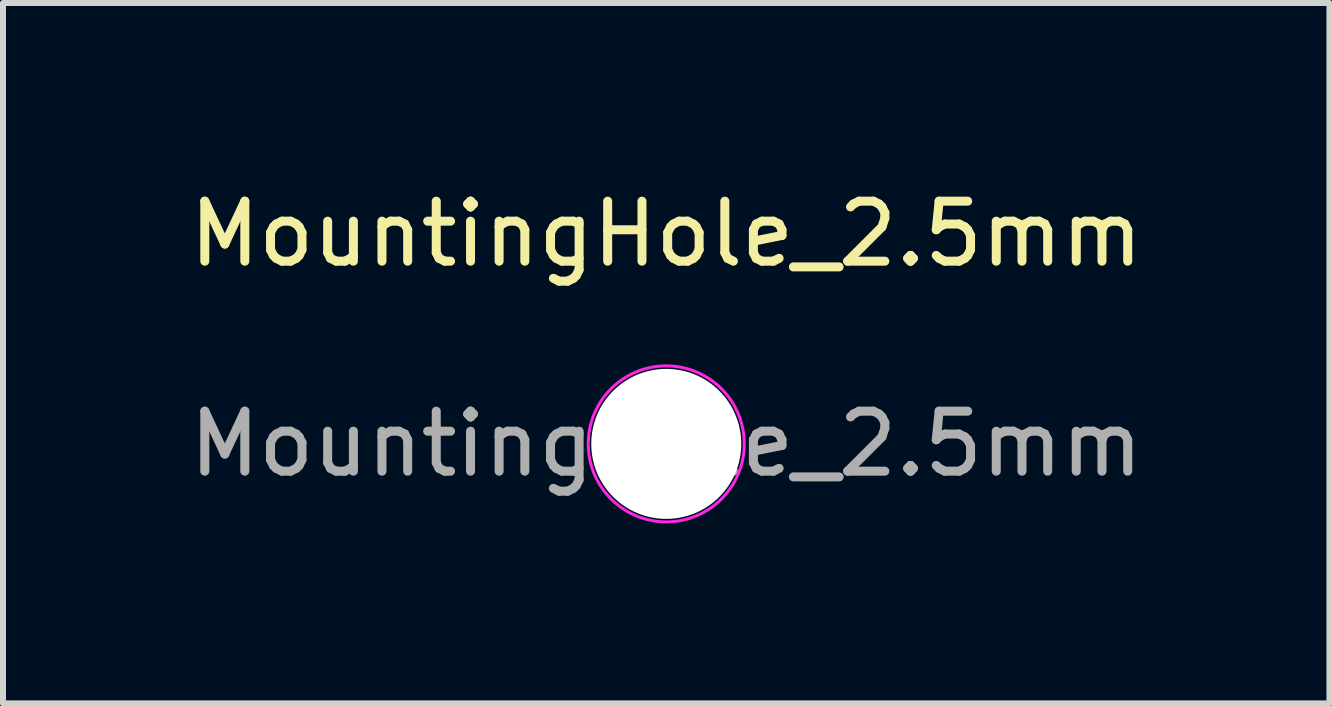
<source format=kicad_pcb>
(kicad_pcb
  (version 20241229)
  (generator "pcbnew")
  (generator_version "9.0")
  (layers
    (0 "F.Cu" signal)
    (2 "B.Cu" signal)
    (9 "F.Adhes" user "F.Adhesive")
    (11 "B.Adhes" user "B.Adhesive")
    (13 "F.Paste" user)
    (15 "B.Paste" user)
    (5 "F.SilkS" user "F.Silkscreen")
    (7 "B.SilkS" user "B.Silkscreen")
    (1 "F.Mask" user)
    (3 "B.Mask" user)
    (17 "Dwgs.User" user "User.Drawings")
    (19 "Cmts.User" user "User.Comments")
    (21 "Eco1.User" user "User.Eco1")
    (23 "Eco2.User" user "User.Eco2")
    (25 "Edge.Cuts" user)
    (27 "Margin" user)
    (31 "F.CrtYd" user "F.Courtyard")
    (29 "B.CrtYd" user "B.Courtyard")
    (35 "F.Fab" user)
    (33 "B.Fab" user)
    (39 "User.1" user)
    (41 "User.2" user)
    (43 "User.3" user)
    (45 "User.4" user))
  (footprint "MountingHole_2.5mm"
    (layer "F.Cu")
    (at 8.054 4.348)
    (property "Reference" "MountingHole_2.5mm" (at 0 -3.5 0) (layer "F.SilkS") (effects (font (size 1 1) (thickness 0.15))))
    (attr exclude_from_pos_files exclude_from_bom)
    (fp_circle (center 0 0) (end 1.3 0) (stroke (width 0.05) (type solid)) (fill no) (layer "F.CrtYd"))
    (fp_text user "${REFERENCE}" (at 0 0 0) (layer "F.Fab") (effects (font (size 1 1) (thickness 0.15))))
    (pad "" np_thru_hole circle (at 0 0) (size 2.5 2.5) (drill 2.5) (layers "*.Cu" "*.Mask")))
  (gr_rect
    (start -3 -3)
    (end 19.107 8.673)
    (stroke (width 0.1) (type default))
    (fill no)
    (layer "Edge.Cuts")))
</source>
